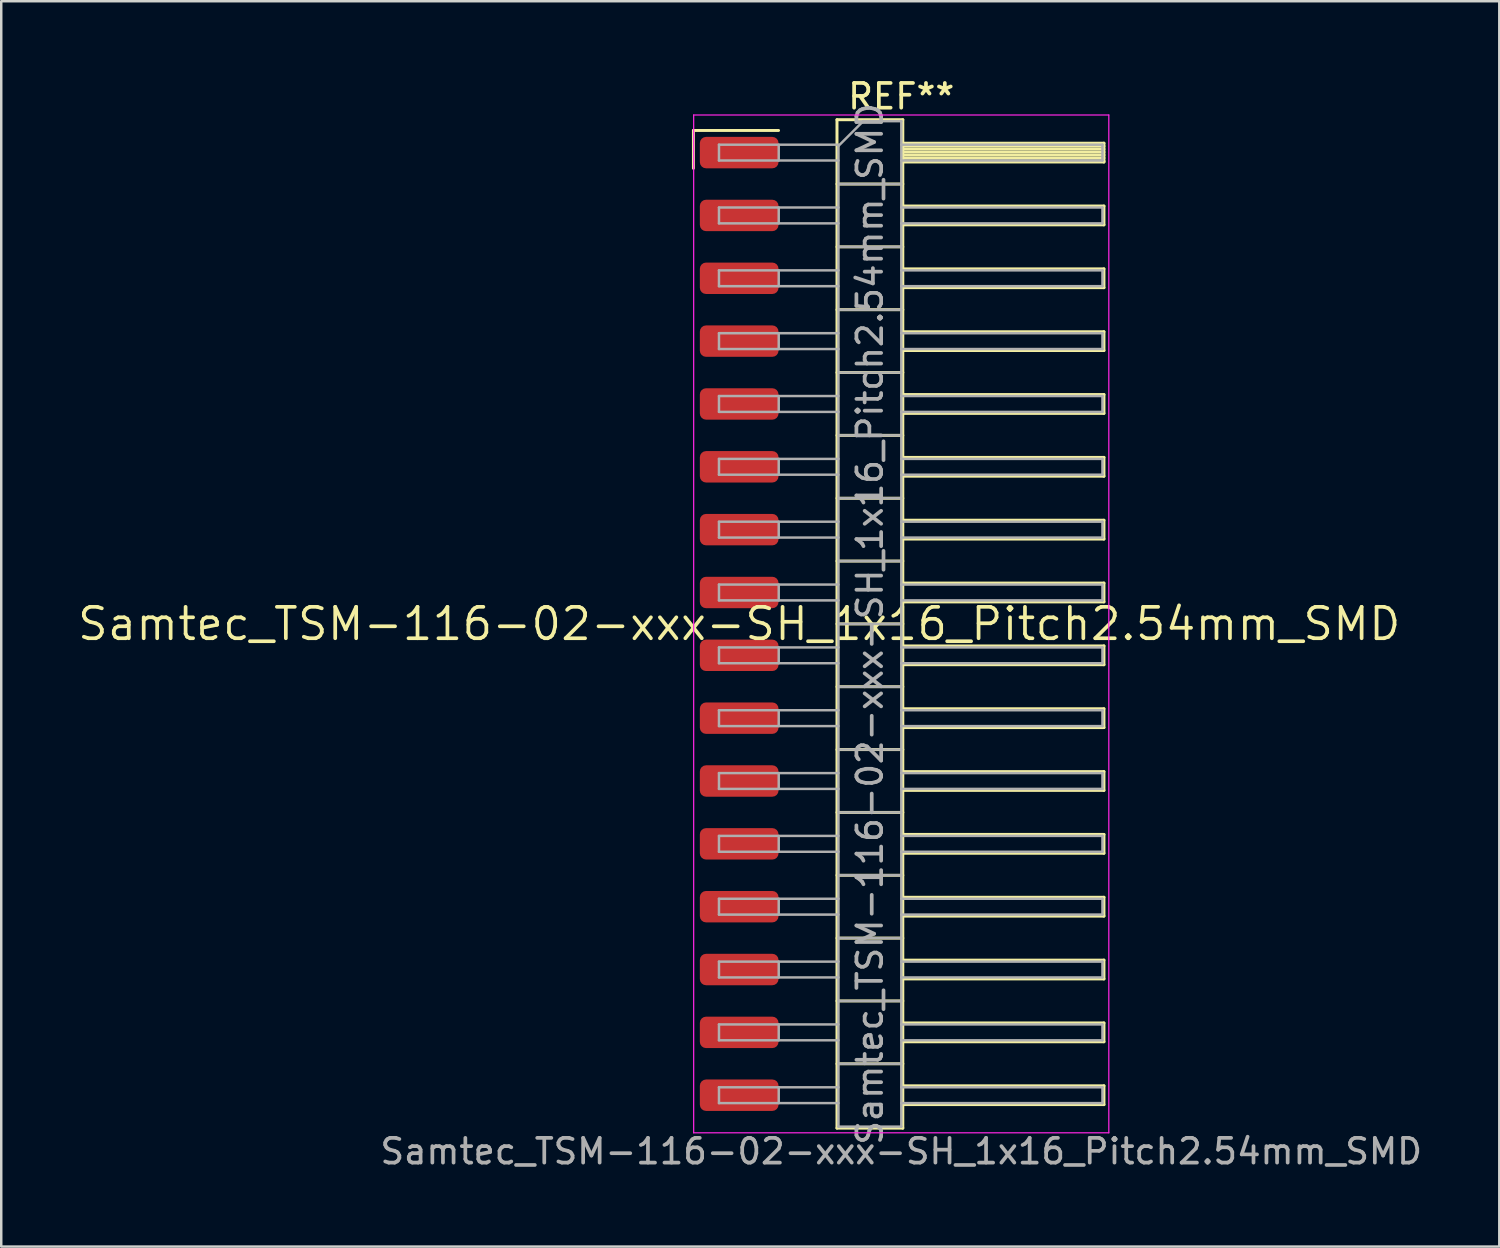
<source format=kicad_pcb>
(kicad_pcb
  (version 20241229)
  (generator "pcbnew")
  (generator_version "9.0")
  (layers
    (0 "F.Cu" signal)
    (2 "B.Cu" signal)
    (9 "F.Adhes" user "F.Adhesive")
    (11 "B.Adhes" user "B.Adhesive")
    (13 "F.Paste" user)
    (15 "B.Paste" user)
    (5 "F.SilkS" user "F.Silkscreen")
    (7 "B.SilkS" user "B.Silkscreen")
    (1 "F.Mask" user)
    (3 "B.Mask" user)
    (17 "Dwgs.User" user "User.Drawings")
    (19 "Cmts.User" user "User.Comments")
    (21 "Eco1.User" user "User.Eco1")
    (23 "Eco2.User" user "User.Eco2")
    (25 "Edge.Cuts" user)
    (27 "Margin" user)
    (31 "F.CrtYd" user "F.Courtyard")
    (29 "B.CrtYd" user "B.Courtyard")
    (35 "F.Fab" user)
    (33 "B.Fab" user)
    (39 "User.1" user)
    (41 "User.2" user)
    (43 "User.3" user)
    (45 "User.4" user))
  (footprint "Samtec_TSM-116-02-xxx-SH_1x16_Pitch2.54mm_SMD"
    (layer "F.Cu")
    (at 26.828 22.168)
    (property "Reference" "Samtec_TSM-116-02-xxx-SH_1x16_Pitch2.54mm_SMD" (at 0 0 0) (layer "F.SilkS") (effects (font (size 1.27 1.27) (thickness 0.15))))
    (attr smd)
    (fp_line (start -1.85 -19.945) (end 1.59 -19.945) (stroke (width 0.12) (type solid)) (layer "F.SilkS"))
    (fp_line (start -1.85 -18.415) (end -1.85 -19.945) (stroke (width 0.12) (type solid)) (layer "F.SilkS"))
    (fp_line (start 3.953 -20.38) (end 6.613 -20.38) (stroke (width 0.12) (type solid)) (layer "F.SilkS"))
    (fp_line (start 3.953 -17.78) (end 6.613 -17.78) (stroke (width 0.12) (type solid)) (layer "F.SilkS"))
    (fp_line (start 3.953 -15.24) (end 6.613 -15.24) (stroke (width 0.12) (type solid)) (layer "F.SilkS"))
    (fp_line (start 3.953 -12.7) (end 6.613 -12.7) (stroke (width 0.12) (type solid)) (layer "F.SilkS"))
    (fp_line (start 3.953 -10.16) (end 6.613 -10.16) (stroke (width 0.12) (type solid)) (layer "F.SilkS"))
    (fp_line (start 3.953 -7.62) (end 6.613 -7.62) (stroke (width 0.12) (type solid)) (layer "F.SilkS"))
    (fp_line (start 3.953 -5.08) (end 6.613 -5.08) (stroke (width 0.12) (type solid)) (layer "F.SilkS"))
    (fp_line (start 3.953 -2.54) (end 6.613 -2.54) (stroke (width 0.12) (type solid)) (layer "F.SilkS"))
    (fp_line (start 3.953 0) (end 6.613 0) (stroke (width 0.12) (type solid)) (layer "F.SilkS"))
    (fp_line (start 3.953 2.54) (end 6.613 2.54) (stroke (width 0.12) (type solid)) (layer "F.SilkS"))
    (fp_line (start 3.953 5.08) (end 6.613 5.08) (stroke (width 0.12) (type solid)) (layer "F.SilkS"))
    (fp_line (start 3.953 7.62) (end 6.613 7.62) (stroke (width 0.12) (type solid)) (layer "F.SilkS"))
    (fp_line (start 3.953 10.16) (end 6.613 10.16) (stroke (width 0.12) (type solid)) (layer "F.SilkS"))
    (fp_line (start 3.953 12.7) (end 6.613 12.7) (stroke (width 0.12) (type solid)) (layer "F.SilkS"))
    (fp_line (start 3.953 15.24) (end 6.613 15.24) (stroke (width 0.12) (type solid)) (layer "F.SilkS"))
    (fp_line (start 3.953 17.78) (end 6.613 17.78) (stroke (width 0.12) (type solid)) (layer "F.SilkS"))
    (fp_line (start 3.953 20.38) (end 3.953 -20.38) (stroke (width 0.12) (type solid)) (layer "F.SilkS"))
    (fp_line (start 6.613 -20.38) (end 6.613 20.38) (stroke (width 0.12) (type solid)) (layer "F.SilkS"))
    (fp_line (start 6.613 -19.43) (end 14.743 -19.43) (stroke (width 0.12) (type solid)) (layer "F.SilkS"))
    (fp_line (start 6.613 -19.31) (end 14.743 -19.31) (stroke (width 0.12) (type solid)) (layer "F.SilkS"))
    (fp_line (start 6.613 -19.19) (end 14.743 -19.19) (stroke (width 0.12) (type solid)) (layer "F.SilkS"))
    (fp_line (start 6.613 -19.07) (end 14.743 -19.07) (stroke (width 0.12) (type solid)) (layer "F.SilkS"))
    (fp_line (start 6.613 -18.95) (end 14.743 -18.95) (stroke (width 0.12) (type solid)) (layer "F.SilkS"))
    (fp_line (start 6.613 -18.83) (end 14.743 -18.83) (stroke (width 0.12) (type solid)) (layer "F.SilkS"))
    (fp_line (start 6.613 -18.71) (end 14.743 -18.71) (stroke (width 0.12) (type solid)) (layer "F.SilkS"))
    (fp_line (start 6.613 -18.67) (end 14.743 -18.67) (stroke (width 0.12) (type solid)) (layer "F.SilkS"))
    (fp_line (start 6.613 -16.89) (end 14.743 -16.89) (stroke (width 0.12) (type solid)) (layer "F.SilkS"))
    (fp_line (start 6.613 -16.13) (end 14.743 -16.13) (stroke (width 0.12) (type solid)) (layer "F.SilkS"))
    (fp_line (start 6.613 -14.35) (end 14.743 -14.35) (stroke (width 0.12) (type solid)) (layer "F.SilkS"))
    (fp_line (start 6.613 -13.59) (end 14.743 -13.59) (stroke (width 0.12) (type solid)) (layer "F.SilkS"))
    (fp_line (start 6.613 -11.81) (end 14.743 -11.81) (stroke (width 0.12) (type solid)) (layer "F.SilkS"))
    (fp_line (start 6.613 -11.05) (end 14.743 -11.05) (stroke (width 0.12) (type solid)) (layer "F.SilkS"))
    (fp_line (start 6.613 -9.27) (end 14.743 -9.27) (stroke (width 0.12) (type solid)) (layer "F.SilkS"))
    (fp_line (start 6.613 -8.51) (end 14.743 -8.51) (stroke (width 0.12) (type solid)) (layer "F.SilkS"))
    (fp_line (start 6.613 -6.73) (end 14.743 -6.73) (stroke (width 0.12) (type solid)) (layer "F.SilkS"))
    (fp_line (start 6.613 -5.97) (end 14.743 -5.97) (stroke (width 0.12) (type solid)) (layer "F.SilkS"))
    (fp_line (start 6.613 -4.19) (end 14.743 -4.19) (stroke (width 0.12) (type solid)) (layer "F.SilkS"))
    (fp_line (start 6.613 -3.43) (end 14.743 -3.43) (stroke (width 0.12) (type solid)) (layer "F.SilkS"))
    (fp_line (start 6.613 -1.65) (end 14.743 -1.65) (stroke (width 0.12) (type solid)) (layer "F.SilkS"))
    (fp_line (start 6.613 -0.89) (end 14.743 -0.89) (stroke (width 0.12) (type solid)) (layer "F.SilkS"))
    (fp_line (start 6.613 0.89) (end 14.743 0.89) (stroke (width 0.12) (type solid)) (layer "F.SilkS"))
    (fp_line (start 6.613 1.65) (end 14.743 1.65) (stroke (width 0.12) (type solid)) (layer "F.SilkS"))
    (fp_line (start 6.613 3.43) (end 14.743 3.43) (stroke (width 0.12) (type solid)) (layer "F.SilkS"))
    (fp_line (start 6.613 4.19) (end 14.743 4.19) (stroke (width 0.12) (type solid)) (layer "F.SilkS"))
    (fp_line (start 6.613 5.97) (end 14.743 5.97) (stroke (width 0.12) (type solid)) (layer "F.SilkS"))
    (fp_line (start 6.613 6.73) (end 14.743 6.73) (stroke (width 0.12) (type solid)) (layer "F.SilkS"))
    (fp_line (start 6.613 8.51) (end 14.743 8.51) (stroke (width 0.12) (type solid)) (layer "F.SilkS"))
    (fp_line (start 6.613 9.27) (end 14.743 9.27) (stroke (width 0.12) (type solid)) (layer "F.SilkS"))
    (fp_line (start 6.613 11.05) (end 14.743 11.05) (stroke (width 0.12) (type solid)) (layer "F.SilkS"))
    (fp_line (start 6.613 11.81) (end 14.743 11.81) (stroke (width 0.12) (type solid)) (layer "F.SilkS"))
    (fp_line (start 6.613 13.59) (end 14.743 13.59) (stroke (width 0.12) (type solid)) (layer "F.SilkS"))
    (fp_line (start 6.613 14.35) (end 14.743 14.35) (stroke (width 0.12) (type solid)) (layer "F.SilkS"))
    (fp_line (start 6.613 16.13) (end 14.743 16.13) (stroke (width 0.12) (type solid)) (layer "F.SilkS"))
    (fp_line (start 6.613 16.89) (end 14.743 16.89) (stroke (width 0.12) (type solid)) (layer "F.SilkS"))
    (fp_line (start 6.613 18.67) (end 14.743 18.67) (stroke (width 0.12) (type solid)) (layer "F.SilkS"))
    (fp_line (start 6.613 19.43) (end 14.743 19.43) (stroke (width 0.12) (type solid)) (layer "F.SilkS"))
    (fp_line (start 6.613 20.38) (end 3.953 20.38) (stroke (width 0.12) (type solid)) (layer "F.SilkS"))
    (fp_line (start 14.743 -19.43) (end 14.743 -18.67) (stroke (width 0.12) (type solid)) (layer "F.SilkS"))
    (fp_line (start 14.743 -16.89) (end 14.743 -16.13) (stroke (width 0.12) (type solid)) (layer "F.SilkS"))
    (fp_line (start 14.743 -14.35) (end 14.743 -13.59) (stroke (width 0.12) (type solid)) (layer "F.SilkS"))
    (fp_line (start 14.743 -11.81) (end 14.743 -11.05) (stroke (width 0.12) (type solid)) (layer "F.SilkS"))
    (fp_line (start 14.743 -9.27) (end 14.743 -8.51) (stroke (width 0.12) (type solid)) (layer "F.SilkS"))
    (fp_line (start 14.743 -6.73) (end 14.743 -5.97) (stroke (width 0.12) (type solid)) (layer "F.SilkS"))
    (fp_line (start 14.743 -4.19) (end 14.743 -3.43) (stroke (width 0.12) (type solid)) (layer "F.SilkS"))
    (fp_line (start 14.743 -1.65) (end 14.743 -0.89) (stroke (width 0.12) (type solid)) (layer "F.SilkS"))
    (fp_line (start 14.743 0.89) (end 14.743 1.65) (stroke (width 0.12) (type solid)) (layer "F.SilkS"))
    (fp_line (start 14.743 3.43) (end 14.743 4.19) (stroke (width 0.12) (type solid)) (layer "F.SilkS"))
    (fp_line (start 14.743 5.97) (end 14.743 6.73) (stroke (width 0.12) (type solid)) (layer "F.SilkS"))
    (fp_line (start 14.743 8.51) (end 14.743 9.27) (stroke (width 0.12) (type solid)) (layer "F.SilkS"))
    (fp_line (start 14.743 11.05) (end 14.743 11.81) (stroke (width 0.12) (type solid)) (layer "F.SilkS"))
    (fp_line (start 14.743 13.59) (end 14.743 14.35) (stroke (width 0.12) (type solid)) (layer "F.SilkS"))
    (fp_line (start 14.743 16.13) (end 14.743 16.89) (stroke (width 0.12) (type solid)) (layer "F.SilkS"))
    (fp_line (start 14.743 18.67) (end 14.743 19.43) (stroke (width 0.12) (type solid)) (layer "F.SilkS"))
    (fp_line (start -1.84 -20.57) (end 14.94 -20.57) (stroke (width 0.05) (type solid)) (layer "F.CrtYd"))
    (fp_line (start -1.84 20.57) (end -1.84 -20.57) (stroke (width 0.05) (type solid)) (layer "F.CrtYd"))
    (fp_line (start 14.94 -20.57) (end 14.94 20.57) (stroke (width 0.05) (type solid)) (layer "F.CrtYd"))
    (fp_line (start 14.94 20.57) (end -1.84 20.57) (stroke (width 0.05) (type solid)) (layer "F.CrtYd"))
    (fp_line (start -0.817 -19.37) (end -0.817 -18.73) (stroke (width 0.1) (type solid)) (layer "F.Fab"))
    (fp_line (start -0.817 -19.37) (end 4.013 -19.37) (stroke (width 0.1) (type solid)) (layer "F.Fab"))
    (fp_line (start -0.817 -18.73) (end 4.013 -18.73) (stroke (width 0.1) (type solid)) (layer "F.Fab"))
    (fp_line (start -0.817 -16.83) (end -0.817 -16.19) (stroke (width 0.1) (type solid)) (layer "F.Fab"))
    (fp_line (start -0.817 -16.83) (end 4.013 -16.83) (stroke (width 0.1) (type solid)) (layer "F.Fab"))
    (fp_line (start -0.817 -16.19) (end 4.013 -16.19) (stroke (width 0.1) (type solid)) (layer "F.Fab"))
    (fp_line (start -0.817 -14.29) (end -0.817 -13.65) (stroke (width 0.1) (type solid)) (layer "F.Fab"))
    (fp_line (start -0.817 -14.29) (end 4.013 -14.29) (stroke (width 0.1) (type solid)) (layer "F.Fab"))
    (fp_line (start -0.817 -13.65) (end 4.013 -13.65) (stroke (width 0.1) (type solid)) (layer "F.Fab"))
    (fp_line (start -0.817 -11.75) (end -0.817 -11.11) (stroke (width 0.1) (type solid)) (layer "F.Fab"))
    (fp_line (start -0.817 -11.75) (end 4.013 -11.75) (stroke (width 0.1) (type solid)) (layer "F.Fab"))
    (fp_line (start -0.817 -11.11) (end 4.013 -11.11) (stroke (width 0.1) (type solid)) (layer "F.Fab"))
    (fp_line (start -0.817 -9.21) (end -0.817 -8.57) (stroke (width 0.1) (type solid)) (layer "F.Fab"))
    (fp_line (start -0.817 -9.21) (end 4.013 -9.21) (stroke (width 0.1) (type solid)) (layer "F.Fab"))
    (fp_line (start -0.817 -8.57) (end 4.013 -8.57) (stroke (width 0.1) (type solid)) (layer "F.Fab"))
    (fp_line (start -0.817 -6.67) (end -0.817 -6.03) (stroke (width 0.1) (type solid)) (layer "F.Fab"))
    (fp_line (start -0.817 -6.67) (end 4.013 -6.67) (stroke (width 0.1) (type solid)) (layer "F.Fab"))
    (fp_line (start -0.817 -6.03) (end 4.013 -6.03) (stroke (width 0.1) (type solid)) (layer "F.Fab"))
    (fp_line (start -0.817 -4.13) (end -0.817 -3.49) (stroke (width 0.1) (type solid)) (layer "F.Fab"))
    (fp_line (start -0.817 -4.13) (end 4.013 -4.13) (stroke (width 0.1) (type solid)) (layer "F.Fab"))
    (fp_line (start -0.817 -3.49) (end 4.013 -3.49) (stroke (width 0.1) (type solid)) (layer "F.Fab"))
    (fp_line (start -0.817 -1.59) (end -0.817 -0.95) (stroke (width 0.1) (type solid)) (layer "F.Fab"))
    (fp_line (start -0.817 -1.59) (end 4.013 -1.59) (stroke (width 0.1) (type solid)) (layer "F.Fab"))
    (fp_line (start -0.817 -0.95) (end 4.013 -0.95) (stroke (width 0.1) (type solid)) (layer "F.Fab"))
    (fp_line (start -0.817 0.95) (end -0.817 1.59) (stroke (width 0.1) (type solid)) (layer "F.Fab"))
    (fp_line (start -0.817 0.95) (end 4.013 0.95) (stroke (width 0.1) (type solid)) (layer "F.Fab"))
    (fp_line (start -0.817 1.59) (end 4.013 1.59) (stroke (width 0.1) (type solid)) (layer "F.Fab"))
    (fp_line (start -0.817 3.49) (end -0.817 4.13) (stroke (width 0.1) (type solid)) (layer "F.Fab"))
    (fp_line (start -0.817 3.49) (end 4.013 3.49) (stroke (width 0.1) (type solid)) (layer "F.Fab"))
    (fp_line (start -0.817 4.13) (end 4.013 4.13) (stroke (width 0.1) (type solid)) (layer "F.Fab"))
    (fp_line (start -0.817 6.03) (end -0.817 6.67) (stroke (width 0.1) (type solid)) (layer "F.Fab"))
    (fp_line (start -0.817 6.03) (end 4.013 6.03) (stroke (width 0.1) (type solid)) (layer "F.Fab"))
    (fp_line (start -0.817 6.67) (end 4.013 6.67) (stroke (width 0.1) (type solid)) (layer "F.Fab"))
    (fp_line (start -0.817 8.57) (end -0.817 9.21) (stroke (width 0.1) (type solid)) (layer "F.Fab"))
    (fp_line (start -0.817 8.57) (end 4.013 8.57) (stroke (width 0.1) (type solid)) (layer "F.Fab"))
    (fp_line (start -0.817 9.21) (end 4.013 9.21) (stroke (width 0.1) (type solid)) (layer "F.Fab"))
    (fp_line (start -0.817 11.11) (end -0.817 11.75) (stroke (width 0.1) (type solid)) (layer "F.Fab"))
    (fp_line (start -0.817 11.11) (end 4.013 11.11) (stroke (width 0.1) (type solid)) (layer "F.Fab"))
    (fp_line (start -0.817 11.75) (end 4.013 11.75) (stroke (width 0.1) (type solid)) (layer "F.Fab"))
    (fp_line (start -0.817 13.65) (end -0.817 14.29) (stroke (width 0.1) (type solid)) (layer "F.Fab"))
    (fp_line (start -0.817 13.65) (end 4.013 13.65) (stroke (width 0.1) (type solid)) (layer "F.Fab"))
    (fp_line (start -0.817 14.29) (end 4.013 14.29) (stroke (width 0.1) (type solid)) (layer "F.Fab"))
    (fp_line (start -0.817 16.19) (end -0.817 16.83) (stroke (width 0.1) (type solid)) (layer "F.Fab"))
    (fp_line (start -0.817 16.19) (end 4.013 16.19) (stroke (width 0.1) (type solid)) (layer "F.Fab"))
    (fp_line (start -0.817 16.83) (end 4.013 16.83) (stroke (width 0.1) (type solid)) (layer "F.Fab"))
    (fp_line (start -0.817 18.73) (end -0.817 19.37) (stroke (width 0.1) (type solid)) (layer "F.Fab"))
    (fp_line (start -0.817 18.73) (end 4.013 18.73) (stroke (width 0.1) (type solid)) (layer "F.Fab"))
    (fp_line (start -0.817 19.37) (end 4.013 19.37) (stroke (width 0.1) (type solid)) (layer "F.Fab"))
    (fp_line (start 1.598 -19.37) (end 1.598 -18.73) (stroke (width 0.1) (type solid)) (layer "F.Fab"))
    (fp_line (start 1.598 -16.83) (end 1.598 -16.19) (stroke (width 0.1) (type solid)) (layer "F.Fab"))
    (fp_line (start 1.598 -14.29) (end 1.598 -13.65) (stroke (width 0.1) (type solid)) (layer "F.Fab"))
    (fp_line (start 1.598 -11.75) (end 1.598 -11.11) (stroke (width 0.1) (type solid)) (layer "F.Fab"))
    (fp_line (start 1.598 -9.21) (end 1.598 -8.57) (stroke (width 0.1) (type solid)) (layer "F.Fab"))
    (fp_line (start 1.598 -6.67) (end 1.598 -6.03) (stroke (width 0.1) (type solid)) (layer "F.Fab"))
    (fp_line (start 1.598 -4.13) (end 1.598 -3.49) (stroke (width 0.1) (type solid)) (layer "F.Fab"))
    (fp_line (start 1.598 -1.59) (end 1.598 -0.95) (stroke (width 0.1) (type solid)) (layer "F.Fab"))
    (fp_line (start 1.598 0.95) (end 1.598 1.59) (stroke (width 0.1) (type solid)) (layer "F.Fab"))
    (fp_line (start 1.598 3.49) (end 1.598 4.13) (stroke (width 0.1) (type solid)) (layer "F.Fab"))
    (fp_line (start 1.598 6.03) (end 1.598 6.67) (stroke (width 0.1) (type solid)) (layer "F.Fab"))
    (fp_line (start 1.598 8.57) (end 1.598 9.21) (stroke (width 0.1) (type solid)) (layer "F.Fab"))
    (fp_line (start 1.598 11.11) (end 1.598 11.75) (stroke (width 0.1) (type solid)) (layer "F.Fab"))
    (fp_line (start 1.598 13.65) (end 1.598 14.29) (stroke (width 0.1) (type solid)) (layer "F.Fab"))
    (fp_line (start 1.598 16.19) (end 1.598 16.83) (stroke (width 0.1) (type solid)) (layer "F.Fab"))
    (fp_line (start 1.598 18.73) (end 1.598 19.37) (stroke (width 0.1) (type solid)) (layer "F.Fab"))
    (fp_line (start 4.013 -19.32) (end 5.013 -20.32) (stroke (width 0.1) (type solid)) (layer "F.Fab"))
    (fp_line (start 4.013 -17.78) (end 6.553 -17.78) (stroke (width 0.1) (type solid)) (layer "F.Fab"))
    (fp_line (start 4.013 -15.24) (end 6.553 -15.24) (stroke (width 0.1) (type solid)) (layer "F.Fab"))
    (fp_line (start 4.013 -12.7) (end 6.553 -12.7) (stroke (width 0.1) (type solid)) (layer "F.Fab"))
    (fp_line (start 4.013 -10.16) (end 6.553 -10.16) (stroke (width 0.1) (type solid)) (layer "F.Fab"))
    (fp_line (start 4.013 -7.62) (end 6.553 -7.62) (stroke (width 0.1) (type solid)) (layer "F.Fab"))
    (fp_line (start 4.013 -5.08) (end 6.553 -5.08) (stroke (width 0.1) (type solid)) (layer "F.Fab"))
    (fp_line (start 4.013 -2.54) (end 6.553 -2.54) (stroke (width 0.1) (type solid)) (layer "F.Fab"))
    (fp_line (start 4.013 0) (end 6.553 0) (stroke (width 0.1) (type solid)) (layer "F.Fab"))
    (fp_line (start 4.013 2.54) (end 6.553 2.54) (stroke (width 0.1) (type solid)) (layer "F.Fab"))
    (fp_line (start 4.013 5.08) (end 6.553 5.08) (stroke (width 0.1) (type solid)) (layer "F.Fab"))
    (fp_line (start 4.013 7.62) (end 6.553 7.62) (stroke (width 0.1) (type solid)) (layer "F.Fab"))
    (fp_line (start 4.013 10.16) (end 6.553 10.16) (stroke (width 0.1) (type solid)) (layer "F.Fab"))
    (fp_line (start 4.013 12.7) (end 6.553 12.7) (stroke (width 0.1) (type solid)) (layer "F.Fab"))
    (fp_line (start 4.013 15.24) (end 6.553 15.24) (stroke (width 0.1) (type solid)) (layer "F.Fab"))
    (fp_line (start 4.013 17.78) (end 6.553 17.78) (stroke (width 0.1) (type solid)) (layer "F.Fab"))
    (fp_line (start 4.013 20.32) (end 4.013 -19.32) (stroke (width 0.1) (type solid)) (layer "F.Fab"))
    (fp_line (start 5.013 -20.32) (end 6.553 -20.32) (stroke (width 0.1) (type solid)) (layer "F.Fab"))
    (fp_line (start 6.553 -20.32) (end 6.553 20.32) (stroke (width 0.1) (type solid)) (layer "F.Fab"))
    (fp_line (start 6.553 -19.37) (end 14.683 -19.37) (stroke (width 0.1) (type solid)) (layer "F.Fab"))
    (fp_line (start 6.553 -18.73) (end 14.683 -18.73) (stroke (width 0.1) (type solid)) (layer "F.Fab"))
    (fp_line (start 6.553 -16.83) (end 14.683 -16.83) (stroke (width 0.1) (type solid)) (layer "F.Fab"))
    (fp_line (start 6.553 -16.19) (end 14.683 -16.19) (stroke (width 0.1) (type solid)) (layer "F.Fab"))
    (fp_line (start 6.553 -14.29) (end 14.683 -14.29) (stroke (width 0.1) (type solid)) (layer "F.Fab"))
    (fp_line (start 6.553 -13.65) (end 14.683 -13.65) (stroke (width 0.1) (type solid)) (layer "F.Fab"))
    (fp_line (start 6.553 -11.75) (end 14.683 -11.75) (stroke (width 0.1) (type solid)) (layer "F.Fab"))
    (fp_line (start 6.553 -11.11) (end 14.683 -11.11) (stroke (width 0.1) (type solid)) (layer "F.Fab"))
    (fp_line (start 6.553 -9.21) (end 14.683 -9.21) (stroke (width 0.1) (type solid)) (layer "F.Fab"))
    (fp_line (start 6.553 -8.57) (end 14.683 -8.57) (stroke (width 0.1) (type solid)) (layer "F.Fab"))
    (fp_line (start 6.553 -6.67) (end 14.683 -6.67) (stroke (width 0.1) (type solid)) (layer "F.Fab"))
    (fp_line (start 6.553 -6.03) (end 14.683 -6.03) (stroke (width 0.1) (type solid)) (layer "F.Fab"))
    (fp_line (start 6.553 -4.13) (end 14.683 -4.13) (stroke (width 0.1) (type solid)) (layer "F.Fab"))
    (fp_line (start 6.553 -3.49) (end 14.683 -3.49) (stroke (width 0.1) (type solid)) (layer "F.Fab"))
    (fp_line (start 6.553 -1.59) (end 14.683 -1.59) (stroke (width 0.1) (type solid)) (layer "F.Fab"))
    (fp_line (start 6.553 -0.95) (end 14.683 -0.95) (stroke (width 0.1) (type solid)) (layer "F.Fab"))
    (fp_line (start 6.553 0.95) (end 14.683 0.95) (stroke (width 0.1) (type solid)) (layer "F.Fab"))
    (fp_line (start 6.553 1.59) (end 14.683 1.59) (stroke (width 0.1) (type solid)) (layer "F.Fab"))
    (fp_line (start 6.553 3.49) (end 14.683 3.49) (stroke (width 0.1) (type solid)) (layer "F.Fab"))
    (fp_line (start 6.553 4.13) (end 14.683 4.13) (stroke (width 0.1) (type solid)) (layer "F.Fab"))
    (fp_line (start 6.553 6.03) (end 14.683 6.03) (stroke (width 0.1) (type solid)) (layer "F.Fab"))
    (fp_line (start 6.553 6.67) (end 14.683 6.67) (stroke (width 0.1) (type solid)) (layer "F.Fab"))
    (fp_line (start 6.553 8.57) (end 14.683 8.57) (stroke (width 0.1) (type solid)) (layer "F.Fab"))
    (fp_line (start 6.553 9.21) (end 14.683 9.21) (stroke (width 0.1) (type solid)) (layer "F.Fab"))
    (fp_line (start 6.553 11.11) (end 14.683 11.11) (stroke (width 0.1) (type solid)) (layer "F.Fab"))
    (fp_line (start 6.553 11.75) (end 14.683 11.75) (stroke (width 0.1) (type solid)) (layer "F.Fab"))
    (fp_line (start 6.553 13.65) (end 14.683 13.65) (stroke (width 0.1) (type solid)) (layer "F.Fab"))
    (fp_line (start 6.553 14.29) (end 14.683 14.29) (stroke (width 0.1) (type solid)) (layer "F.Fab"))
    (fp_line (start 6.553 16.19) (end 14.683 16.19) (stroke (width 0.1) (type solid)) (layer "F.Fab"))
    (fp_line (start 6.553 16.83) (end 14.683 16.83) (stroke (width 0.1) (type solid)) (layer "F.Fab"))
    (fp_line (start 6.553 18.73) (end 14.683 18.73) (stroke (width 0.1) (type solid)) (layer "F.Fab"))
    (fp_line (start 6.553 19.37) (end 14.683 19.37) (stroke (width 0.1) (type solid)) (layer "F.Fab"))
    (fp_line (start 6.553 20.32) (end 4.013 20.32) (stroke (width 0.1) (type solid)) (layer "F.Fab"))
    (fp_line (start 14.683 -19.37) (end 14.683 -18.73) (stroke (width 0.1) (type solid)) (layer "F.Fab"))
    (fp_line (start 14.683 -16.83) (end 14.683 -16.19) (stroke (width 0.1) (type solid)) (layer "F.Fab"))
    (fp_line (start 14.683 -14.29) (end 14.683 -13.65) (stroke (width 0.1) (type solid)) (layer "F.Fab"))
    (fp_line (start 14.683 -11.75) (end 14.683 -11.11) (stroke (width 0.1) (type solid)) (layer "F.Fab"))
    (fp_line (start 14.683 -9.21) (end 14.683 -8.57) (stroke (width 0.1) (type solid)) (layer "F.Fab"))
    (fp_line (start 14.683 -6.67) (end 14.683 -6.03) (stroke (width 0.1) (type solid)) (layer "F.Fab"))
    (fp_line (start 14.683 -4.13) (end 14.683 -3.49) (stroke (width 0.1) (type solid)) (layer "F.Fab"))
    (fp_line (start 14.683 -1.59) (end 14.683 -0.95) (stroke (width 0.1) (type solid)) (layer "F.Fab"))
    (fp_line (start 14.683 0.95) (end 14.683 1.59) (stroke (width 0.1) (type solid)) (layer "F.Fab"))
    (fp_line (start 14.683 3.49) (end 14.683 4.13) (stroke (width 0.1) (type solid)) (layer "F.Fab"))
    (fp_line (start 14.683 6.03) (end 14.683 6.67) (stroke (width 0.1) (type solid)) (layer "F.Fab"))
    (fp_line (start 14.683 8.57) (end 14.683 9.21) (stroke (width 0.1) (type solid)) (layer "F.Fab"))
    (fp_line (start 14.683 11.11) (end 14.683 11.75) (stroke (width 0.1) (type solid)) (layer "F.Fab"))
    (fp_line (start 14.683 13.65) (end 14.683 14.29) (stroke (width 0.1) (type solid)) (layer "F.Fab"))
    (fp_line (start 14.683 16.19) (end 14.683 16.83) (stroke (width 0.1) (type solid)) (layer "F.Fab"))
    (fp_line (start 14.683 18.73) (end 14.683 19.37) (stroke (width 0.1) (type solid)) (layer "F.Fab"))
    (fp_text user "REF**" (at 6.55 -21.32 0) (layer "F.SilkS") (effects (font (size 1 1) (thickness 0.15))))
    (fp_text user "Samtec_TSM-116-02-xxx-SH_1x16_Pitch2.54mm_SMD" (at 6.55 21.32 0) (layer "F.Fab") (effects (font (size 1 1) (thickness 0.15))))
    (fp_text user "${REFERENCE}" (at 5.283 0 90) (layer "F.Fab") (effects (font (size 1 1) (thickness 0.15))))
    (pad "1" smd roundrect (at 0 -19.05) (size 3.18 1.27) (layers "F.Cu" "F.Mask" "F.Paste") (roundrect_rratio 0.197))
    (pad "2" smd roundrect (at 0 -16.51) (size 3.18 1.27) (layers "F.Cu" "F.Mask" "F.Paste") (roundrect_rratio 0.197))
    (pad "3" smd roundrect (at 0 -13.97) (size 3.18 1.27) (layers "F.Cu" "F.Mask" "F.Paste") (roundrect_rratio 0.197))
    (pad "4" smd roundrect (at 0 -11.43) (size 3.18 1.27) (layers "F.Cu" "F.Mask" "F.Paste") (roundrect_rratio 0.197))
    (pad "5" smd roundrect (at 0 -8.89) (size 3.18 1.27) (layers "F.Cu" "F.Mask" "F.Paste") (roundrect_rratio 0.197))
    (pad "6" smd roundrect (at 0 -6.35) (size 3.18 1.27) (layers "F.Cu" "F.Mask" "F.Paste") (roundrect_rratio 0.197))
    (pad "7" smd roundrect (at 0 -3.81) (size 3.18 1.27) (layers "F.Cu" "F.Mask" "F.Paste") (roundrect_rratio 0.197))
    (pad "8" smd roundrect (at 0 -1.27) (size 3.18 1.27) (layers "F.Cu" "F.Mask" "F.Paste") (roundrect_rratio 0.197))
    (pad "9" smd roundrect (at 0 1.27) (size 3.18 1.27) (layers "F.Cu" "F.Mask" "F.Paste") (roundrect_rratio 0.197))
    (pad "10" smd roundrect (at 0 3.81) (size 3.18 1.27) (layers "F.Cu" "F.Mask" "F.Paste") (roundrect_rratio 0.197))
    (pad "11" smd roundrect (at 0 6.35) (size 3.18 1.27) (layers "F.Cu" "F.Mask" "F.Paste") (roundrect_rratio 0.197))
    (pad "12" smd roundrect (at 0 8.89) (size 3.18 1.27) (layers "F.Cu" "F.Mask" "F.Paste") (roundrect_rratio 0.197))
    (pad "13" smd roundrect (at 0 11.43) (size 3.18 1.27) (layers "F.Cu" "F.Mask" "F.Paste") (roundrect_rratio 0.197))
    (pad "14" smd roundrect (at 0 13.97) (size 3.18 1.27) (layers "F.Cu" "F.Mask" "F.Paste") (roundrect_rratio 0.197))
    (pad "15" smd roundrect (at 0 16.51) (size 3.18 1.27) (layers "F.Cu" "F.Mask" "F.Paste") (roundrect_rratio 0.197))
    (pad "16" smd roundrect (at 0 19.05) (size 3.18 1.27) (layers "F.Cu" "F.Mask" "F.Paste") (roundrect_rratio 0.197)))
  (gr_rect
    (start -3 -3)
    (end 57.551 47.337)
    (stroke (width 0.1) (type default))
    (fill no)
    (layer "Edge.Cuts")))
</source>
